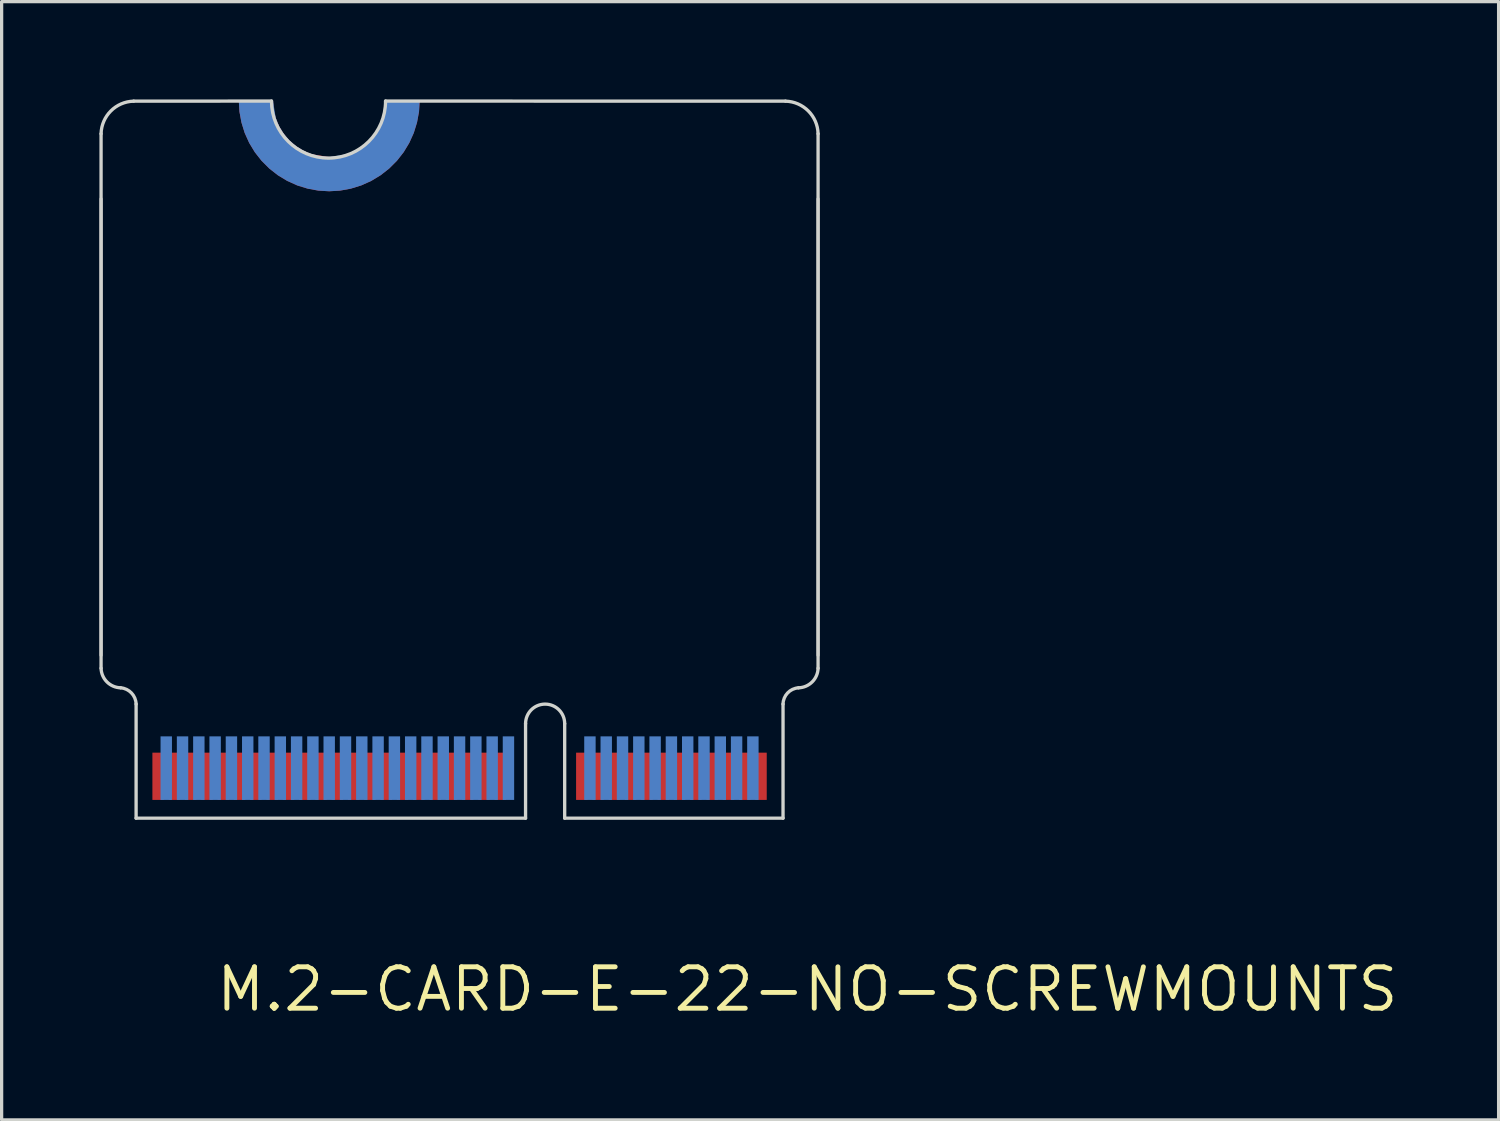
<source format=kicad_pcb>
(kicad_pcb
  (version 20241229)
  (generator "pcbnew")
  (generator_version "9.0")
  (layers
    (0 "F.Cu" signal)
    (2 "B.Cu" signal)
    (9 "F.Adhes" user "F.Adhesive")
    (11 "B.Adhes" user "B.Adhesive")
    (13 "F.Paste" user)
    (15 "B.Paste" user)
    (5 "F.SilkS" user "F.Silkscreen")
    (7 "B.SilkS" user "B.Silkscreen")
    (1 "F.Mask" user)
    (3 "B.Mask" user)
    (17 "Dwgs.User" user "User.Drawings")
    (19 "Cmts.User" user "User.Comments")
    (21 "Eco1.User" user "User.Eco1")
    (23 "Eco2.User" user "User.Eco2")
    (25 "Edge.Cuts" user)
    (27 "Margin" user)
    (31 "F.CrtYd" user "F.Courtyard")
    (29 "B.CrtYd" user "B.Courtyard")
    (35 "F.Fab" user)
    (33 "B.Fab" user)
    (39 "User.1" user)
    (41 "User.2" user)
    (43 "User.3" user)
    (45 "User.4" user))
  (footprint "M.2-CARD-E-22-NO-SCREWMOUNTS"
    (layer "F.Cu")
    (at 12.422 23.405)
    (property "Reference" "M.2-CARD-E-22-NO-SCREWMOUNTS" (at 9.3 3.9 0) (unlocked yes) (layer "F.SilkS") (effects (font (size 1.27 1.27) (thickness 0.15))))
    (fp_line (start -12.371 -22.351) (end -12.371 -5.951) (stroke (width 0.102) (type solid)) (layer "Edge.Cuts"))
    (fp_line (start -11.296 -1.351) (end -11.296 -4.851) (stroke (width 0.102) (type solid)) (layer "Edge.Cuts"))
    (fp_line (start -7.142 -23.354) (end -11.371 -23.351) (stroke (width 0.102) (type solid)) (layer "Edge.Cuts"))
    (fp_line (start 0.654 -4.251) (end 0.654 -1.351) (stroke (width 0.102) (type solid)) (layer "Edge.Cuts"))
    (fp_line (start 0.654 -1.351) (end -11.296 -1.351) (stroke (width 0.102) (type solid)) (layer "Edge.Cuts"))
    (fp_line (start 1.854 -4.251) (end 1.854 -1.351) (stroke (width 0.102) (type solid)) (layer "Edge.Cuts"))
    (fp_line (start 8.554 -4.851) (end 8.554 -1.351) (stroke (width 0.102) (type solid)) (layer "Edge.Cuts"))
    (fp_line (start 8.554 -1.351) (end 1.854 -1.351) (stroke (width 0.102) (type solid)) (layer "Edge.Cuts"))
    (fp_line (start 8.629 -23.351) (end -3.642 -23.354) (stroke (width 0.102) (type solid)) (layer "Edge.Cuts"))
    (fp_line (start 9.629 -22.351) (end 9.629 -5.951) (stroke (width 0.102) (type solid)) (layer "Edge.Cuts"))
    (fp_arc (start -12.3708 -22.3508) (mid -12.070801 -23.0508) (end -11.370801 -23.350799) (stroke (width 0.1016) (type solid)) (layer "Edge.Cuts"))
    (fp_arc (start -11.770802 -5.3508) (mid -12.190169 -5.531432) (end -12.3708 -5.9508) (stroke (width 0.1016) (type solid)) (layer "Edge.Cuts"))
    (fp_arc (start -11.7708 -5.3508) (mid -11.437545 -5.191766) (end -11.2958 -4.850799) (stroke (width 0.1016) (type solid)) (layer "Edge.Cuts"))
    (fp_arc (start -3.6419 -23.3544) (mid -5.3919 -21.6044) (end -7.1419 -23.3544) (stroke (width 0.1016) (type solid)) (layer "Edge.Cuts"))
    (fp_arc (start 0.6542 -4.2508) (mid 1.2542 -4.8508) (end 1.8542 -4.2508) (stroke (width 0.1016) (type solid)) (layer "Edge.Cuts"))
    (fp_arc (start 8.5542 -4.8508) (mid 8.694526 -5.193116) (end 9.0292 -5.3508) (stroke (width 0.1016) (type solid)) (layer "Edge.Cuts"))
    (fp_arc (start 8.6292 -23.3508) (mid 9.3292 -23.0508) (end 9.6292 -22.3508) (stroke (width 0.1016) (type solid)) (layer "Edge.Cuts"))
    (fp_arc (start 9.629199 -5.950799) (mid 9.448567 -5.531432) (end 9.0292 -5.3508) (stroke (width 0.1016) (type solid)) (layer "Edge.Cuts"))
    (fp_line (start -12.371 -20.351) (end -12.371 -6.351) (stroke (width 0.102) (type solid)) (layer "F.Fab"))
    (fp_line (start 9.629 -6.351) (end 9.629 -20.351) (stroke (width 0.102) (type solid)) (layer "F.Fab"))
    (pad "1" smd rect (at 7.879 -2.636 180) (size 0.35 1.45) (layers "F.Cu" "F.Mask"))
    (pad "2" smd rect (at 7.629 -2.886) (size 0.35 1.95) (layers "B.Cu" "B.Mask"))
    (pad "3" smd rect (at 7.379 -2.636 180) (size 0.35 1.45) (layers "F.Cu" "F.Mask"))
    (pad "4" smd rect (at 7.129 -2.886) (size 0.35 1.95) (layers "B.Cu" "B.Mask"))
    (pad "5" smd rect (at 6.879 -2.636 180) (size 0.35 1.45) (layers "F.Cu" "F.Mask"))
    (pad "6" smd rect (at 6.629 -2.886) (size 0.35 1.95) (layers "B.Cu" "B.Mask"))
    (pad "7" smd rect (at 6.379 -2.636 180) (size 0.35 1.45) (layers "F.Cu" "F.Mask"))
    (pad "8" smd rect (at 6.129 -2.886) (size 0.35 1.95) (layers "B.Cu" "B.Mask"))
    (pad "9" smd rect (at 5.879 -2.636 180) (size 0.35 1.45) (layers "F.Cu" "F.Mask"))
    (pad "10" smd rect (at 5.629 -2.886) (size 0.35 1.95) (layers "B.Cu" "B.Mask"))
    (pad "11" smd rect (at 5.379 -2.636 180) (size 0.35 1.45) (layers "F.Cu" "F.Mask"))
    (pad "12" smd rect (at 5.129 -2.886) (size 0.35 1.95) (layers "B.Cu" "B.Mask"))
    (pad "13" smd rect (at 4.879 -2.636 180) (size 0.35 1.45) (layers "F.Cu" "F.Mask"))
    (pad "14" smd rect (at 4.629 -2.886) (size 0.35 1.95) (layers "B.Cu" "B.Mask"))
    (pad "15" smd rect (at 4.379 -2.636 180) (size 0.35 1.45) (layers "F.Cu" "F.Mask"))
    (pad "16" smd rect (at 4.129 -2.886) (size 0.35 1.95) (layers "B.Cu" "B.Mask"))
    (pad "17" smd rect (at 3.879 -2.636 180) (size 0.35 1.45) (layers "F.Cu" "F.Mask"))
    (pad "18" smd rect (at 3.629 -2.886) (size 0.35 1.95) (layers "B.Cu" "B.Mask"))
    (pad "19" smd rect (at 3.379 -2.636 180) (size 0.35 1.45) (layers "F.Cu" "F.Mask"))
    (pad "20" smd rect (at 3.129 -2.886) (size 0.35 1.95) (layers "B.Cu" "B.Mask"))
    (pad "21" smd rect (at 2.879 -2.636 180) (size 0.35 1.45) (layers "F.Cu" "F.Mask"))
    (pad "22" smd rect (at 2.629 -2.886) (size 0.35 1.95) (layers "B.Cu" "B.Mask"))
    (pad "23" smd rect (at 2.379 -2.636 180) (size 0.35 1.45) (layers "F.Cu" "F.Mask"))
    (pad "32" smd rect (at 0.129 -2.886) (size 0.35 1.95) (layers "B.Cu" "B.Mask"))
    (pad "33" smd rect (at -0.121 -2.636 180) (size 0.35 1.45) (layers "F.Cu" "F.Mask"))
    (pad "34" smd rect (at -0.371 -2.886) (size 0.35 1.95) (layers "B.Cu" "B.Mask"))
    (pad "35" smd rect (at -0.621 -2.636 180) (size 0.35 1.45) (layers "F.Cu" "F.Mask"))
    (pad "36" smd rect (at -0.871 -2.886) (size 0.35 1.95) (layers "B.Cu" "B.Mask"))
    (pad "37" smd rect (at -1.121 -2.636 180) (size 0.35 1.45) (layers "F.Cu" "F.Mask"))
    (pad "38" smd rect (at -1.371 -2.886) (size 0.35 1.95) (layers "B.Cu" "B.Mask"))
    (pad "39" smd rect (at -1.621 -2.636 180) (size 0.35 1.45) (layers "F.Cu" "F.Mask"))
    (pad "40" smd rect (at -1.871 -2.886) (size 0.35 1.95) (layers "B.Cu" "B.Mask"))
    (pad "41" smd rect (at -2.121 -2.636 180) (size 0.35 1.45) (layers "F.Cu" "F.Mask"))
    (pad "42" smd rect (at -2.371 -2.886) (size 0.35 1.95) (layers "B.Cu" "B.Mask"))
    (pad "43" smd rect (at -2.621 -2.636 180) (size 0.35 1.45) (layers "F.Cu" "F.Mask"))
    (pad "44" smd rect (at -2.871 -2.886) (size 0.35 1.95) (layers "B.Cu" "B.Mask"))
    (pad "45" smd rect (at -3.121 -2.636 180) (size 0.35 1.45) (layers "F.Cu" "F.Mask"))
    (pad "46" smd rect (at -3.371 -2.886) (size 0.35 1.95) (layers "B.Cu" "B.Mask"))
    (pad "47" smd rect (at -3.621 -2.636 180) (size 0.35 1.45) (layers "F.Cu" "F.Mask"))
    (pad "48" smd rect (at -3.871 -2.886) (size 0.35 1.95) (layers "B.Cu" "B.Mask"))
    (pad "49" smd rect (at -4.121 -2.636 180) (size 0.35 1.45) (layers "F.Cu" "F.Mask"))
    (pad "50" smd rect (at -4.371 -2.886) (size 0.35 1.95) (layers "B.Cu" "B.Mask"))
    (pad "51" smd rect (at -4.621 -2.636 180) (size 0.35 1.45) (layers "F.Cu" "F.Mask"))
    (pad "52" smd rect (at -4.871 -2.886) (size 0.35 1.95) (layers "B.Cu" "B.Mask"))
    (pad "53" smd rect (at -5.121 -2.636 180) (size 0.35 1.45) (layers "F.Cu" "F.Mask"))
    (pad "54" smd rect (at -5.371 -2.886) (size 0.35 1.95) (layers "B.Cu" "B.Mask"))
    (pad "55" smd rect (at -5.621 -2.636 180) (size 0.35 1.45) (layers "F.Cu" "F.Mask"))
    (pad "56" smd rect (at -5.871 -2.886) (size 0.35 1.95) (layers "B.Cu" "B.Mask"))
    (pad "57" smd rect (at -6.121 -2.636 180) (size 0.35 1.45) (layers "F.Cu" "F.Mask"))
    (pad "58" smd rect (at -6.371 -2.886) (size 0.35 1.95) (layers "B.Cu" "B.Mask"))
    (pad "59" smd rect (at -6.621 -2.636 180) (size 0.35 1.45) (layers "F.Cu" "F.Mask"))
    (pad "60" smd rect (at -6.871 -2.886) (size 0.35 1.95) (layers "B.Cu" "B.Mask"))
    (pad "61" smd rect (at -7.121 -2.636 180) (size 0.35 1.45) (layers "F.Cu" "F.Mask"))
    (pad "62" smd rect (at -7.371 -2.886) (size 0.35 1.95) (layers "B.Cu" "B.Mask"))
    (pad "63" smd rect (at -7.621 -2.636 180) (size 0.35 1.45) (layers "F.Cu" "F.Mask"))
    (pad "64" smd rect (at -7.871 -2.886) (size 0.35 1.95) (layers "B.Cu" "B.Mask"))
    (pad "65" smd rect (at -8.121 -2.636 180) (size 0.35 1.45) (layers "F.Cu" "F.Mask"))
    (pad "66" smd rect (at -8.371 -2.886) (size 0.35 1.95) (layers "B.Cu" "B.Mask"))
    (pad "67" smd rect (at -8.621 -2.636 180) (size 0.35 1.45) (layers "F.Cu" "F.Mask"))
    (pad "68" smd rect (at -8.871 -2.886) (size 0.35 1.95) (layers "B.Cu" "B.Mask"))
    (pad "69" smd rect (at -9.121 -2.636 180) (size 0.35 1.45) (layers "F.Cu" "F.Mask"))
    (pad "70" smd rect (at -9.371 -2.886) (size 0.35 1.95) (layers "B.Cu" "B.Mask"))
    (pad "71" smd rect (at -9.621 -2.636 180) (size 0.35 1.45) (layers "F.Cu" "F.Mask"))
    (pad "72" smd rect (at -9.871 -2.886) (size 0.35 1.95) (layers "B.Cu" "B.Mask"))
    (pad "73" smd rect (at -10.121 -2.636 180) (size 0.35 1.45) (layers "F.Cu" "F.Mask"))
    (pad "74" smd rect (at -10.371 -2.886) (size 0.35 1.95) (layers "B.Cu" "B.Mask"))
    (pad "75" smd rect (at -10.621 -2.636 180) (size 0.35 1.45) (layers "F.Cu" "F.Mask"))
    (pad "GND1" smd custom (at -7.609 -23.045) (size 0.5 0.5) (layers "B.Cu" "B.Mask") (options (anchor circle)) (primitives (gr_line (start 0 0) (end 0.427 -0.015) (width 0.2)) (gr_poly (pts (xy 0.599 0.218) (xy 0.702 0.467) (xy 0.844 0.698) (xy 1.019 0.904) (xy 1.225 1.079) (xy 1.456 1.221) (xy 1.706 1.325) (xy 1.969 1.388) (xy 2.238 1.409) (xy 2.773 1.324) (xy 3.022 1.221) (xy 3.253 1.079) (xy 3.459 0.904) (xy 3.634 0.698) (xy 3.776 0.467) (xy 3.879 0.217) (xy 3.943 -0.046) (xy 3.966 -0.341) (xy 5.016 -0.341) (xy 4.994 0.018) (xy 4.933 0.348) (xy 4.834 0.668) (xy 4.696 0.974) (xy 4.523 1.26) (xy 4.316 1.524) (xy 4.079 1.761) (xy 3.815 1.968) (xy 3.529 2.141) (xy 3.223 2.279) (xy 2.903 2.378) (xy 2.573 2.439) (xy 2.239 2.459) (xy 1.905 2.439) (xy 1.575 2.378) (xy 1.255 2.279) (xy 0.949 2.141) (xy 0.663 1.968) (xy 0.399 1.761) (xy 0.162 1.524) (xy -0.045 1.26) (xy -0.218 0.974) (xy -0.356 0.668) (xy -0.455 0.348) (xy -0.516 0.018) (xy -0.538 -0.341) (xy 0.51 -0.341)) (width 0) (fill yes))))
    (pad "GND2" smd custom (at -3.176 -23.045) (size 0.5 0.5) (layers "F.Cu" "F.Mask") (options (anchor circle)) (primitives (gr_line (start 0 0) (end -0.37 0.007) (width 0.2)) (gr_poly (pts (xy -3.898 -0.046) (xy -3.834 0.217) (xy -3.731 0.467) (xy -3.589 0.698) (xy -3.414 0.904) (xy -3.208 1.079) (xy -2.977 1.221) (xy -2.728 1.324) (xy -2.193 1.409) (xy -1.924 1.388) (xy -1.661 1.325) (xy -1.411 1.221) (xy -1.18 1.079) (xy -0.974 0.904) (xy -0.799 0.698) (xy -0.657 0.467) (xy -0.554 0.218) (xy -0.465 -0.341) (xy 0.583 -0.341) (xy 0.561 0.018) (xy 0.5 0.348) (xy 0.401 0.668) (xy 0.263 0.974) (xy 0.09 1.26) (xy -0.117 1.524) (xy -0.354 1.761) (xy -0.618 1.968) (xy -0.904 2.141) (xy -1.21 2.279) (xy -1.53 2.378) (xy -1.86 2.439) (xy -2.194 2.459) (xy -2.528 2.439) (xy -2.858 2.378) (xy -3.178 2.279) (xy -3.484 2.141) (xy -3.77 1.968) (xy -4.034 1.761) (xy -4.271 1.524) (xy -4.478 1.26) (xy -4.651 0.974) (xy -4.789 0.668) (xy -4.888 0.348) (xy -4.949 0.018) (xy -4.971 -0.341) (xy -3.921 -0.341)) (width 0) (fill yes)))))
  (gr_rect
    (start -3 -3)
    (end 42.932 31.311)
    (stroke (width 0.1) (type default))
    (fill no)
    (layer "Edge.Cuts")))
</source>
